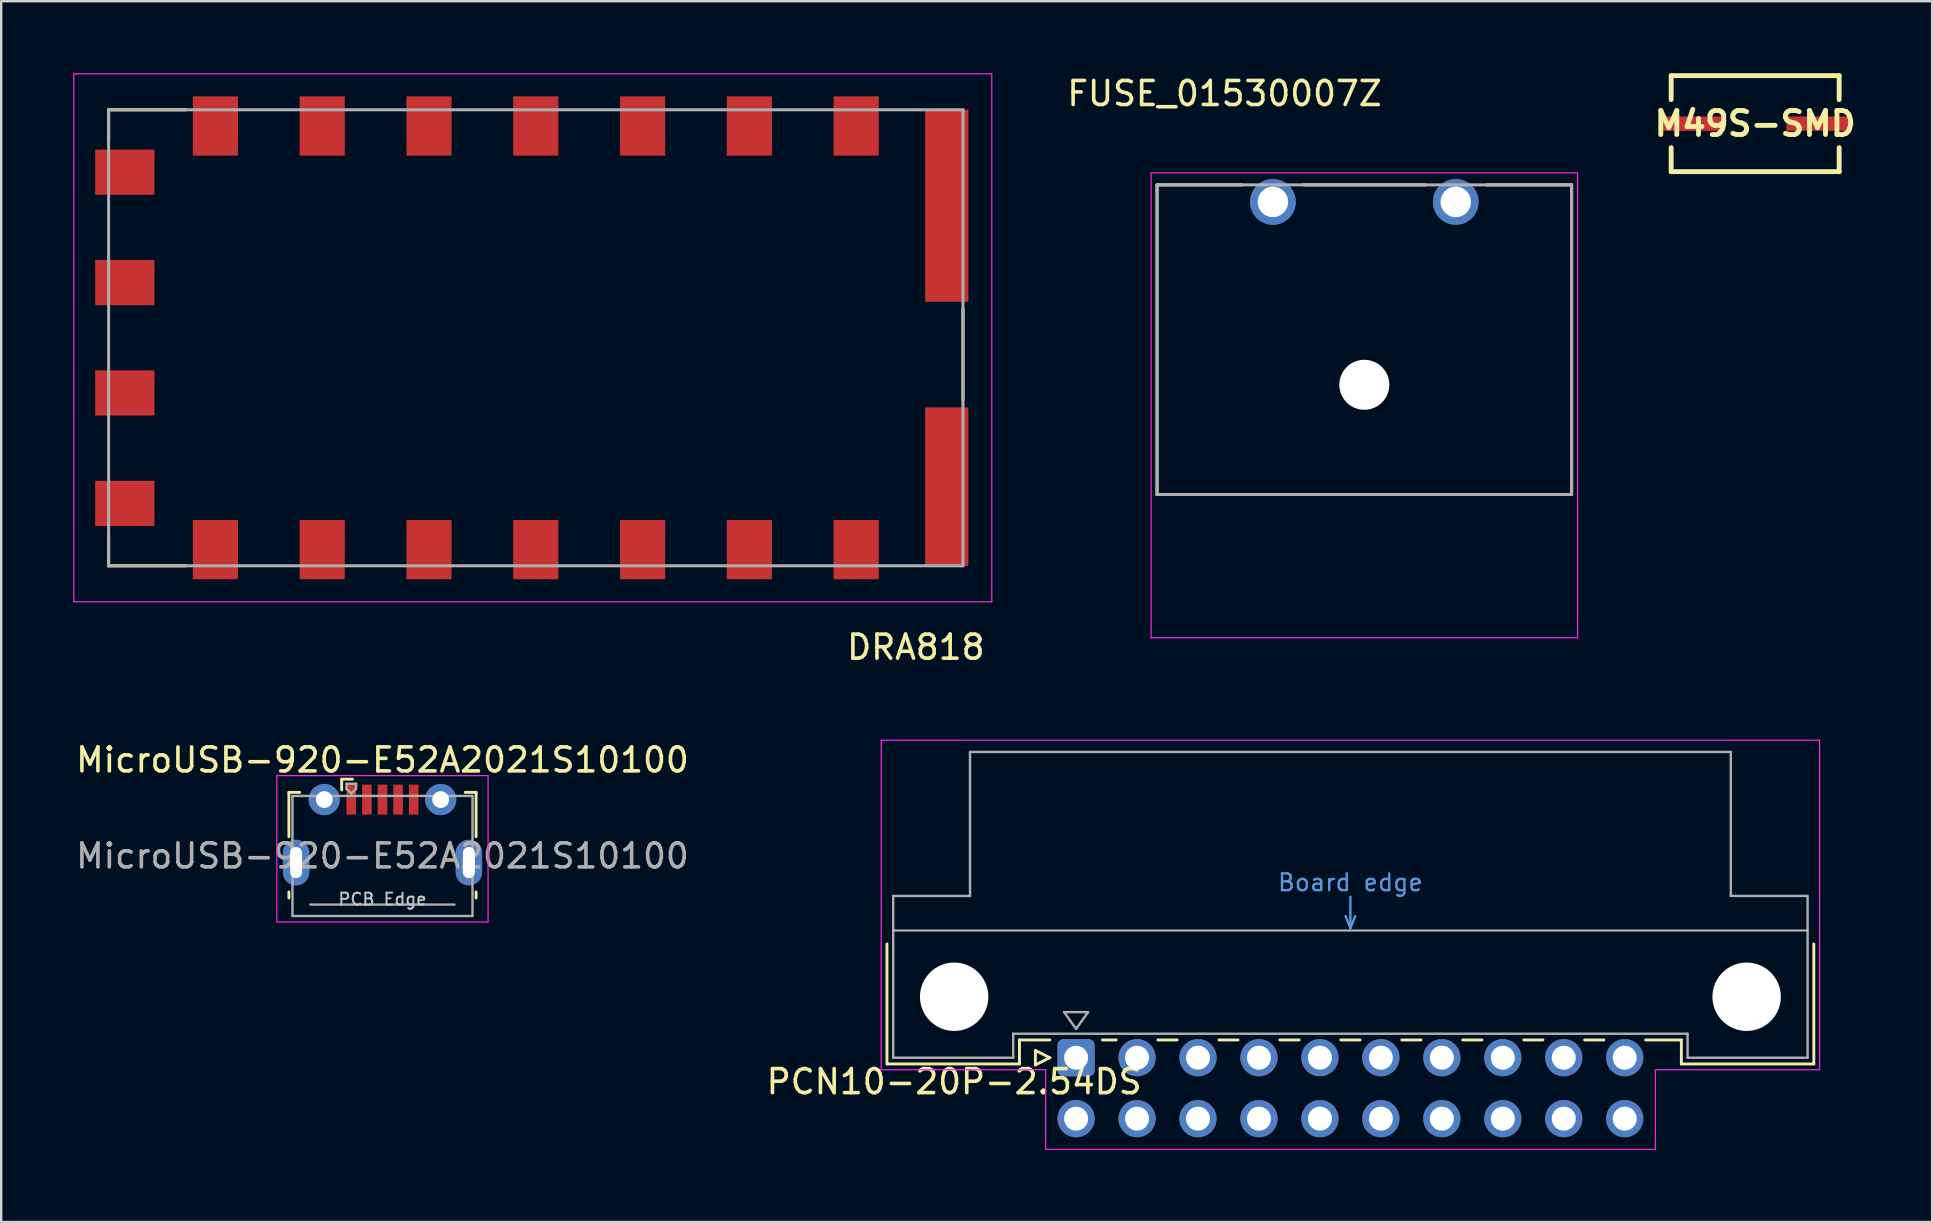
<source format=kicad_pcb>
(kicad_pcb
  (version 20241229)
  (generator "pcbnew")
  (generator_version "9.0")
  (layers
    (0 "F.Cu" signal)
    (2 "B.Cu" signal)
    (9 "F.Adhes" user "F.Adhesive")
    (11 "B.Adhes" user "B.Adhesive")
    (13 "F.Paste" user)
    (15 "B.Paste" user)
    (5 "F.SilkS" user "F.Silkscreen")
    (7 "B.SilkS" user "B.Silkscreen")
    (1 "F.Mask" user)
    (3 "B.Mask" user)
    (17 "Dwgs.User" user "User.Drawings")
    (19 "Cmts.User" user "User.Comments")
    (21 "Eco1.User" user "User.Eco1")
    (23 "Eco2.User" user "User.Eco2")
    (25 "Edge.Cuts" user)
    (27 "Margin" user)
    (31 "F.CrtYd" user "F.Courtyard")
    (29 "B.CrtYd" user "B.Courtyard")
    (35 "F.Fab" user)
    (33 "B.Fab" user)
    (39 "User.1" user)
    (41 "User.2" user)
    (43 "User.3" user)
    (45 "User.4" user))
  (footprint "MicroUSB-920-E52A2021S10100"
    (layer "F.Cu")
    (at 12.887 31.728)
    (property "Reference" "MicroUSB-920-E52A2021S10100" (at 0 -3.112 0) (layer "F.SilkS") (effects (font (size 1 1) (thickness 0.15))))
    (attr smd)
    (fp_line (start -3.9 -1.762) (end -3.45 -1.762) (stroke (width 0.12) (type solid)) (layer "F.SilkS"))
    (fp_line (start -3.9 0.087) (end -3.9 -1.762) (stroke (width 0.12) (type solid)) (layer "F.SilkS"))
    (fp_line (start -3.9 2.638) (end -3.9 2.388) (stroke (width 0.12) (type solid)) (layer "F.SilkS"))
    (fp_line (start -1.7 -2.312) (end -1.7 -1.863) (stroke (width 0.12) (type solid)) (layer "F.SilkS"))
    (fp_line (start -1.7 -2.312) (end -1.25 -2.312) (stroke (width 0.12) (type solid)) (layer "F.SilkS"))
    (fp_line (start 3.9 -1.762) (end 3.45 -1.762) (stroke (width 0.12) (type solid)) (layer "F.SilkS"))
    (fp_line (start 3.9 0.087) (end 3.9 -1.762) (stroke (width 0.12) (type solid)) (layer "F.SilkS"))
    (fp_line (start 3.9 2.638) (end 3.9 2.388) (stroke (width 0.12) (type solid)) (layer "F.SilkS"))
    (fp_line (start -4.4 -2.46) (end 4.4 -2.46) (stroke (width 0.05) (type solid)) (layer "F.CrtYd"))
    (fp_line (start -4.4 3.64) (end -4.4 -2.46) (stroke (width 0.05) (type solid)) (layer "F.CrtYd"))
    (fp_line (start -4.4 3.64) (end 4.4 3.64) (stroke (width 0.05) (type solid)) (layer "F.CrtYd"))
    (fp_line (start 4.4 -2.46) (end 4.4 3.64) (stroke (width 0.05) (type solid)) (layer "F.CrtYd"))
    (fp_line (start -3.75 -1.613) (end 3.75 -1.613) (stroke (width 0.1) (type solid)) (layer "F.Fab"))
    (fp_line (start -3.75 3.388) (end -3.75 -1.613) (stroke (width 0.1) (type solid)) (layer "F.Fab"))
    (fp_line (start -3.75 3.389) (end 3.75 3.389) (stroke (width 0.1) (type solid)) (layer "F.Fab"))
    (fp_line (start -3 2.913) (end 3 2.913) (stroke (width 0.1) (type solid)) (layer "F.Fab"))
    (fp_line (start -1.5 -2.123) (end -1.5 -1.913) (stroke (width 0.1) (type solid)) (layer "F.Fab"))
    (fp_line (start -1.5 -2.123) (end -1.1 -2.123) (stroke (width 0.1) (type solid)) (layer "F.Fab"))
    (fp_line (start -1.3 -1.712) (end -1.5 -1.913) (stroke (width 0.1) (type solid)) (layer "F.Fab"))
    (fp_line (start -1.1 -2.123) (end -1.1 -1.913) (stroke (width 0.1) (type solid)) (layer "F.Fab"))
    (fp_line (start -1.1 -1.913) (end -1.3 -1.712) (stroke (width 0.1) (type solid)) (layer "F.Fab"))
    (fp_line (start 3.75 3.388) (end 3.75 -1.613) (stroke (width 0.1) (type solid)) (layer "F.Fab"))
    (fp_text user "PCB Edge" (at 0 2.688 0) (layer "Dwgs.User") (effects (font (size 0.5 0.5) (thickness 0.08))))
    (fp_text user "${REFERENCE}" (at 0 0.887 0) (layer "F.Fab") (effects (font (size 1 1) (thickness 0.15))))
    (pad "1" smd rect (at -1.3 -1.462) (size 0.4 1.25) (layers "F.Cu" "F.Mask" "F.Paste"))
    (pad "2" smd rect (at -0.65 -1.462) (size 0.4 1.25) (layers "F.Cu" "F.Mask" "F.Paste"))
    (pad "3" smd rect (at 0 -1.462) (size 0.4 1.25) (layers "F.Cu" "F.Mask" "F.Paste"))
    (pad "4" smd rect (at 0.65 -1.462) (size 0.4 1.25) (layers "F.Cu" "F.Mask" "F.Paste"))
    (pad "5" smd rect (at 1.3 -1.462) (size 0.4 1.25) (layers "F.Cu" "F.Mask" "F.Paste"))
    (pad "6" thru_hole oval (at -3.6 1.163 180) (size 1.1 1.9) (drill oval 0.5 1.3) (layers "*.Cu" "*.Mask"))
    (pad "6" thru_hole circle (at -2.425 -1.462) (size 1.3 1.3) (drill 0.7) (layers "*.Cu" "*.Mask"))
    (pad "6" thru_hole circle (at 2.425 -1.462) (size 1.3 1.3) (drill 0.7) (layers "*.Cu" "*.Mask"))
    (pad "6" thru_hole oval (at 3.6 1.163) (size 1.1 1.9) (drill oval 0.5 1.3) (layers "*.Cu" "*.Mask")))
  (footprint "M49S-SMD"
    (layer "F.Cu")
    (at 70.083 2.102)
    (property "Reference" "M49S-SMD" (at 0 0 0) (layer "F.SilkS") (effects (font (size 1.001 1.001) (thickness 0.203))))
    (attr smd)
    (fp_line (start -3.5 -2) (end -3.5 -1) (stroke (width 0.203) (type solid)) (layer "F.SilkS"))
    (fp_line (start -3.5 -2) (end 3.5 -2) (stroke (width 0.203) (type solid)) (layer "F.SilkS"))
    (fp_line (start -3.5 2) (end -3.5 1) (stroke (width 0.203) (type solid)) (layer "F.SilkS"))
    (fp_line (start -3.5 2) (end 3.5 2) (stroke (width 0.203) (type solid)) (layer "F.SilkS"))
    (fp_line (start 3.5 -2) (end 3.5 -1) (stroke (width 0.203) (type solid)) (layer "F.SilkS"))
    (fp_line (start 3.5 2) (end 3.5 1) (stroke (width 0.203) (type solid)) (layer "F.SilkS"))
    (pad "1" smd rect (at -2.6 0) (size 2.6 0.6) (layers "F.Cu" "F.Mask" "F.Paste"))
    (pad "2" smd rect (at 2.6 0) (size 2.6 0.6) (layers "F.Cu" "F.Mask" "F.Paste")))
  (footprint "FUSE_01530007Z"
    (layer "F.Cu")
    (at 53.798 12.983)
    (property "Reference" "FUSE_01530007Z" (at -5.825 -12.135 0) (layer "F.SilkS") (effects (font (size 1 1) (thickness 0.15))))
    (attr through_hole)
    (fp_line (start -8.636 -8.331) (end -8.636 4.572) (stroke (width 0.127) (type solid)) (layer "F.SilkS"))
    (fp_line (start -8.636 4.572) (end 8.636 4.572) (stroke (width 0.127) (type solid)) (layer "F.SilkS"))
    (fp_line (start -5.1 -8.331) (end -8.636 -8.331) (stroke (width 0.127) (type solid)) (layer "F.SilkS"))
    (fp_line (start 2.53 -8.331) (end -2.53 -8.331) (stroke (width 0.127) (type solid)) (layer "F.SilkS"))
    (fp_line (start 8.636 -8.331) (end 5.1 -8.331) (stroke (width 0.127) (type solid)) (layer "F.SilkS"))
    (fp_line (start 8.636 4.572) (end 8.636 -8.331) (stroke (width 0.127) (type solid)) (layer "F.SilkS"))
    (fp_line (start -8.886 -8.831) (end 8.886 -8.831) (stroke (width 0.05) (type solid)) (layer "F.CrtYd"))
    (fp_line (start -8.886 10.541) (end -8.886 -8.831) (stroke (width 0.05) (type solid)) (layer "F.CrtYd"))
    (fp_line (start 8.886 -8.831) (end 8.886 10.541) (stroke (width 0.05) (type solid)) (layer "F.CrtYd"))
    (fp_line (start 8.886 10.541) (end -8.886 10.541) (stroke (width 0.05) (type solid)) (layer "F.CrtYd"))
    (fp_line (start -8.636 -8.331) (end 8.636 -8.331) (stroke (width 0.127) (type solid)) (layer "F.Fab"))
    (fp_line (start -8.636 4.572) (end -8.636 -8.331) (stroke (width 0.127) (type solid)) (layer "F.Fab"))
    (fp_line (start 8.636 -8.331) (end 8.636 4.572) (stroke (width 0.127) (type solid)) (layer "F.Fab"))
    (fp_line (start 8.636 4.572) (end -8.636 4.572) (stroke (width 0.127) (type solid)) (layer "F.Fab"))
    (pad "" np_thru_hole circle (at 0 0) (size 2.083 2.083) (drill 2.083) (layers "*.Cu" "*.Mask"))
    (pad "1" thru_hole circle (at -3.81 -7.62) (size 1.905 1.905) (drill 1.27) (layers "*.Cu" "*.Mask"))
    (pad "2" thru_hole circle (at 3.81 -7.62) (size 1.905 1.905) (drill 1.27) (layers "*.Cu" "*.Mask")))
  (footprint "PCN10-20P-2.54DS"
    (layer "F.Cu")
    (at 41.788 41.022)
    (property "Reference" "PCN10-20P-2.54DS" (at -5.08 1 0) (layer "F.SilkS") (effects (font (size 1 1) (thickness 0.15))))
    (attr through_hole)
    (fp_line (start -7.88 -4.74) (end -7.88 0.26) (stroke (width 0.12) (type solid)) (layer "F.SilkS"))
    (fp_line (start -7.88 0.26) (end -2.36 0.26) (stroke (width 0.12) (type solid)) (layer "F.SilkS"))
    (fp_line (start -2.361 -0.74) (end -1.095 -0.74) (stroke (width 0.12) (type solid)) (layer "F.SilkS"))
    (fp_line (start -2.36 0.26) (end -2.36 -0.74) (stroke (width 0.12) (type solid)) (layer "F.SilkS"))
    (fp_line (start -1.695 -0.3) (end -1.695 0.3) (stroke (width 0.12) (type solid)) (layer "F.SilkS"))
    (fp_line (start -1.695 0.3) (end -1.095 0) (stroke (width 0.12) (type solid)) (layer "F.SilkS"))
    (fp_line (start -1.095 0) (end -1.695 -0.3) (stroke (width 0.12) (type solid)) (layer "F.SilkS"))
    (fp_line (start 1.095 -0.74) (end 1.671 -0.74) (stroke (width 0.12) (type solid)) (layer "F.SilkS"))
    (fp_line (start 3.41 -0.74) (end 4.211 -0.74) (stroke (width 0.12) (type solid)) (layer "F.SilkS"))
    (fp_line (start 5.95 -0.74) (end 6.751 -0.74) (stroke (width 0.12) (type solid)) (layer "F.SilkS"))
    (fp_line (start 8.49 -0.74) (end 9.291 -0.74) (stroke (width 0.12) (type solid)) (layer "F.SilkS"))
    (fp_line (start 11.03 -0.74) (end 11.831 -0.74) (stroke (width 0.12) (type solid)) (layer "F.SilkS"))
    (fp_line (start 13.57 -0.74) (end 14.371 -0.74) (stroke (width 0.12) (type solid)) (layer "F.SilkS"))
    (fp_line (start 16.11 -0.74) (end 16.911 -0.74) (stroke (width 0.12) (type solid)) (layer "F.SilkS"))
    (fp_line (start 18.65 -0.74) (end 19.451 -0.74) (stroke (width 0.12) (type solid)) (layer "F.SilkS"))
    (fp_line (start 21.19 -0.74) (end 21.991 -0.74) (stroke (width 0.12) (type solid)) (layer "F.SilkS"))
    (fp_line (start 23.73 -0.74) (end 25.22 -0.74) (stroke (width 0.12) (type solid)) (layer "F.SilkS"))
    (fp_line (start 25.22 0.26) (end 25.22 -0.74) (stroke (width 0.12) (type solid)) (layer "F.SilkS"))
    (fp_line (start 30.74 -4.74) (end 30.74 0.26) (stroke (width 0.12) (type solid)) (layer "F.SilkS"))
    (fp_line (start 30.74 0.26) (end 25.22 0.26) (stroke (width 0.12) (type solid)) (layer "F.SilkS"))
    (fp_line (start -7.62 -5.3) (end 30.48 -5.3) (stroke (width 0.08) (type solid)) (layer "Dwgs.User"))
    (fp_line (start 11.23 -5.9) (end 11.43 -5.4) (stroke (width 0.1) (type solid)) (layer "Cmts.User"))
    (fp_line (start 11.43 -5.4) (end 11.43 -6.7) (stroke (width 0.1) (type solid)) (layer "Cmts.User"))
    (fp_line (start 11.43 -5.4) (end 11.63 -5.9) (stroke (width 0.1) (type solid)) (layer "Cmts.User"))
    (fp_line (start -8.12 -13.23) (end -8.12 0.5) (stroke (width 0.05) (type solid)) (layer "F.CrtYd"))
    (fp_line (start -8.12 0.5) (end -1.27 0.5) (stroke (width 0.05) (type solid)) (layer "F.CrtYd"))
    (fp_line (start -1.27 0.5) (end -1.27 3.82) (stroke (width 0.05) (type solid)) (layer "F.CrtYd"))
    (fp_line (start -1.27 3.82) (end 24.14 3.82) (stroke (width 0.05) (type solid)) (layer "F.CrtYd"))
    (fp_line (start 24.14 0.5) (end 30.98 0.5) (stroke (width 0.05) (type solid)) (layer "F.CrtYd"))
    (fp_line (start 24.14 3.82) (end 24.14 0.5) (stroke (width 0.05) (type solid)) (layer "F.CrtYd"))
    (fp_line (start 30.98 -13.23) (end -8.12 -13.23) (stroke (width 0.05) (type solid)) (layer "F.CrtYd"))
    (fp_line (start 30.98 0.5) (end 30.98 -13.23) (stroke (width 0.05) (type solid)) (layer "F.CrtYd"))
    (fp_line (start -7.62 -6.74) (end -7.62 0) (stroke (width 0.1) (type solid)) (layer "F.Fab"))
    (fp_line (start -7.62 0) (end -2.62 0) (stroke (width 0.1) (type solid)) (layer "F.Fab"))
    (fp_line (start -4.42 -12.74) (end -4.42 -6.74) (stroke (width 0.1) (type solid)) (layer "F.Fab"))
    (fp_line (start -4.42 -6.74) (end -7.62 -6.74) (stroke (width 0.1) (type solid)) (layer "F.Fab"))
    (fp_line (start -2.62 -1) (end 25.48 -1) (stroke (width 0.1) (type solid)) (layer "F.Fab"))
    (fp_line (start -2.62 0) (end -2.62 -1) (stroke (width 0.1) (type solid)) (layer "F.Fab"))
    (fp_line (start -0.5 -1.9) (end 0.5 -1.9) (stroke (width 0.1) (type solid)) (layer "F.Fab"))
    (fp_line (start 0 -1.2) (end -0.5 -1.9) (stroke (width 0.1) (type solid)) (layer "F.Fab"))
    (fp_line (start 0.5 -1.9) (end 0 -1.2) (stroke (width 0.1) (type solid)) (layer "F.Fab"))
    (fp_line (start 25.48 -1) (end 25.48 0) (stroke (width 0.1) (type solid)) (layer "F.Fab"))
    (fp_line (start 25.48 0) (end 30.48 0) (stroke (width 0.1) (type solid)) (layer "F.Fab"))
    (fp_line (start 27.28 -12.74) (end -4.42 -12.74) (stroke (width 0.1) (type solid)) (layer "F.Fab"))
    (fp_line (start 27.28 -6.74) (end 27.28 -12.74) (stroke (width 0.1) (type solid)) (layer "F.Fab"))
    (fp_line (start 30.48 -6.74) (end 27.28 -6.74) (stroke (width 0.1) (type solid)) (layer "F.Fab"))
    (fp_line (start 30.48 0) (end 30.48 -6.74) (stroke (width 0.1) (type solid)) (layer "F.Fab"))
    (fp_text user "Board edge" (at 11.43 -7.3 0) (layer "Cmts.User") (effects (font (size 0.7 0.7) (thickness 0.1))))
    (pad "" np_thru_hole circle (at -5.08 -2.54) (size 2.85 2.85) (drill 2.85) (layers "*.Cu" "*.Mask"))
    (pad "" np_thru_hole circle (at 27.94 -2.54) (size 2.85 2.85) (drill 2.85) (layers "*.Cu" "*.Mask"))
    (pad "a1" thru_hole roundrect (at 0 0) (size 1.55 1.55) (drill 1) (layers "*.Cu" "*.Mask") (roundrect_rratio 0.161))
    (pad "a2" thru_hole circle (at 2.54 0) (size 1.55 1.55) (drill 1) (layers "*.Cu" "*.Mask"))
    (pad "a3" thru_hole circle (at 5.08 0) (size 1.55 1.55) (drill 1) (layers "*.Cu" "*.Mask"))
    (pad "a4" thru_hole circle (at 7.62 0) (size 1.55 1.55) (drill 1) (layers "*.Cu" "*.Mask"))
    (pad "a5" thru_hole circle (at 10.16 0) (size 1.55 1.55) (drill 1) (layers "*.Cu" "*.Mask"))
    (pad "a6" thru_hole circle (at 12.7 0) (size 1.55 1.55) (drill 1) (layers "*.Cu" "*.Mask"))
    (pad "a7" thru_hole circle (at 15.24 0) (size 1.55 1.55) (drill 1) (layers "*.Cu" "*.Mask"))
    (pad "a8" thru_hole circle (at 17.78 0) (size 1.55 1.55) (drill 1) (layers "*.Cu" "*.Mask"))
    (pad "a9" thru_hole circle (at 20.32 0) (size 1.55 1.55) (drill 1) (layers "*.Cu" "*.Mask"))
    (pad "a10" thru_hole circle (at 22.86 0) (size 1.55 1.55) (drill 1) (layers "*.Cu" "*.Mask"))
    (pad "b1" thru_hole circle (at 0 2.54) (size 1.55 1.55) (drill 1) (layers "*.Cu" "*.Mask"))
    (pad "b2" thru_hole circle (at 2.54 2.54) (size 1.55 1.55) (drill 1) (layers "*.Cu" "*.Mask"))
    (pad "b3" thru_hole circle (at 5.08 2.54) (size 1.55 1.55) (drill 1) (layers "*.Cu" "*.Mask"))
    (pad "b4" thru_hole circle (at 7.62 2.54) (size 1.55 1.55) (drill 1) (layers "*.Cu" "*.Mask"))
    (pad "b5" thru_hole circle (at 10.16 2.54) (size 1.55 1.55) (drill 1) (layers "*.Cu" "*.Mask"))
    (pad "b6" thru_hole circle (at 12.7 2.54) (size 1.55 1.55) (drill 1) (layers "*.Cu" "*.Mask"))
    (pad "b7" thru_hole circle (at 15.24 2.54) (size 1.55 1.55) (drill 1) (layers "*.Cu" "*.Mask"))
    (pad "b8" thru_hole circle (at 17.78 2.54) (size 1.55 1.55) (drill 1) (layers "*.Cu" "*.Mask"))
    (pad "b9" thru_hole circle (at 20.32 2.54) (size 1.55 1.55) (drill 1) (layers "*.Cu" "*.Mask"))
    (pad "b10" thru_hole circle (at 22.86 2.54) (size 1.55 1.55) (drill 1) (layers "*.Cu" "*.Mask")))
  (footprint "DRA818"
    (layer "F.Cu")
    (at 19.275 11.025)
    (property "Reference" "DRA818" (at 15.835 12.893 180) (layer "F.SilkS") (effects (font (size 1.001 1.001) (thickness 0.15))))
    (property "Value" "${Value}" (at 10.766 -12.138 180) (layer "F.Fab") (hide yes) (effects (font (size 1.002 1.002) (thickness 0.15))))
    (attr smd)
    (fp_line (start -17.8 -9.5) (end -14.6 -9.5) (stroke (width 0.127) (type solid)) (layer "F.SilkS"))
    (fp_line (start -17.8 -8.2) (end -17.8 -9.5) (stroke (width 0.127) (type solid)) (layer "F.SilkS"))
    (fp_line (start -17.8 9.5) (end -17.8 8.2) (stroke (width 0.127) (type solid)) (layer "F.SilkS"))
    (fp_line (start -14.6 9.5) (end -17.8 9.5) (stroke (width 0.127) (type solid)) (layer "F.SilkS"))
    (fp_line (start 17.8 2.6) (end 17.8 -1.2) (stroke (width 0.127) (type solid)) (layer "F.SilkS"))
    (fp_line (start -19.25 -11) (end 19 -11) (stroke (width 0.05) (type solid)) (layer "F.CrtYd"))
    (fp_line (start -19.25 11) (end -19.25 -11) (stroke (width 0.05) (type solid)) (layer "F.CrtYd"))
    (fp_line (start 19 -11) (end 19 11) (stroke (width 0.05) (type solid)) (layer "F.CrtYd"))
    (fp_line (start 19 11) (end -19.25 11) (stroke (width 0.05) (type solid)) (layer "F.CrtYd"))
    (fp_line (start -17.8 -9.5) (end 17.8 -9.5) (stroke (width 0.127) (type solid)) (layer "F.Fab"))
    (fp_line (start -17.8 9.5) (end -17.8 -9.5) (stroke (width 0.127) (type solid)) (layer "F.Fab"))
    (fp_line (start 17.8 -9.5) (end 17.8 9.5) (stroke (width 0.127) (type solid)) (layer "F.Fab"))
    (fp_line (start 17.8 9.5) (end -17.8 9.5) (stroke (width 0.127) (type solid)) (layer "F.Fab"))
    (pad "" smd rect (at -17.125 -6.9 180) (size 2.47 1.88) (layers "F.Cu" "F.Mask" "F.Paste"))
    (pad "" smd rect (at -8.9 -8.825 180) (size 1.88 2.47) (layers "F.Cu" "F.Mask" "F.Paste"))
    (pad "" smd rect (at -4.45 -8.825 180) (size 1.88 2.47) (layers "F.Cu" "F.Mask" "F.Paste"))
    (pad "" smd rect (at 0 -8.825 180) (size 1.88 2.47) (layers "F.Cu" "F.Mask" "F.Paste"))
    (pad "" smd rect (at 0 8.825 180) (size 1.88 2.47) (layers "F.Cu" "F.Mask" "F.Paste"))
    (pad "" smd rect (at 8.9 8.825 180) (size 1.88 2.47) (layers "F.Cu" "F.Mask" "F.Paste"))
    (pad "" smd rect (at 17.125 -5.5 180) (size 1.8 8) (layers "F.Cu" "F.Mask" "F.Paste"))
    (pad "" smd rect (at 17.125 6.2 180) (size 1.8 6.6) (layers "F.Cu" "F.Mask" "F.Paste"))
    (pad "1" smd rect (at 13.35 8.825 180) (size 1.88 2.47) (layers "F.Cu" "F.Mask" "F.Paste"))
    (pad "3" smd rect (at 4.45 8.825 180) (size 1.88 2.47) (layers "F.Cu" "F.Mask" "F.Paste"))
    (pad "5" smd rect (at -4.45 8.825 180) (size 1.88 2.47) (layers "F.Cu" "F.Mask" "F.Paste"))
    (pad "6" smd rect (at -8.9 8.825 180) (size 1.88 2.47) (layers "F.Cu" "F.Mask" "F.Paste"))
    (pad "7" smd rect (at -13.35 8.825 180) (size 1.88 2.47) (layers "F.Cu" "F.Mask" "F.Paste"))
    (pad "8" smd rect (at -17.125 6.9 180) (size 2.47 1.88) (layers "F.Cu" "F.Mask" "F.Paste"))
    (pad "9" smd rect (at -17.125 2.3 180) (size 2.47 1.88) (layers "F.Cu" "F.Mask" "F.Paste"))
    (pad "10" smd rect (at -17.125 -2.3 180) (size 2.47 1.88) (layers "F.Cu" "F.Mask" "F.Paste"))
    (pad "12" smd rect (at -13.35 -8.825 180) (size 1.88 2.47) (layers "F.Cu" "F.Mask" "F.Paste"))
    (pad "16" smd rect (at 4.45 -8.825 180) (size 1.88 2.47) (layers "F.Cu" "F.Mask" "F.Paste"))
    (pad "17" smd rect (at 8.9 -8.825 180) (size 1.88 2.47) (layers "F.Cu" "F.Mask" "F.Paste"))
    (pad "18" smd rect (at 13.35 -8.825 180) (size 1.88 2.47) (layers "F.Cu" "F.Mask" "F.Paste"))
    (zone (net_name "") (layer "F.Cu") (hatch full 0.508) (connect_pads) (min_thickness 0.01) (filled_areas_thickness no) (keepout (tracks not_allowed) (vias not_allowed) (pads not_allowed) (copperpour not_allowed) (footprints allowed)) (placement (enabled no)) (fill) (polygon (pts (xy 12.465 14.775) (xy 4.475 14.775) (xy 4.475 8.521) (xy 12.465 8.521))))
    (zone (net_name "") (layers "F.Cu" "B.Cu") (hatch full 0.508) (connect_pads) (min_thickness 0.01) (filled_areas_thickness no) (keepout (tracks allowed) (vias not_allowed) (pads allowed) (copperpour allowed) (footprints allowed)) (placement (enabled no)) (fill) (polygon (pts (xy 12.471 14.775) (xy 4.475 14.775) (xy 4.475 8.523) (xy 12.471 8.523)))))
  (gr_rect
    (start -3 -3)
    (end 77.458 47.867)
    (stroke (width 0.1) (type default))
    (fill no)
    (layer "Edge.Cuts")))
</source>
